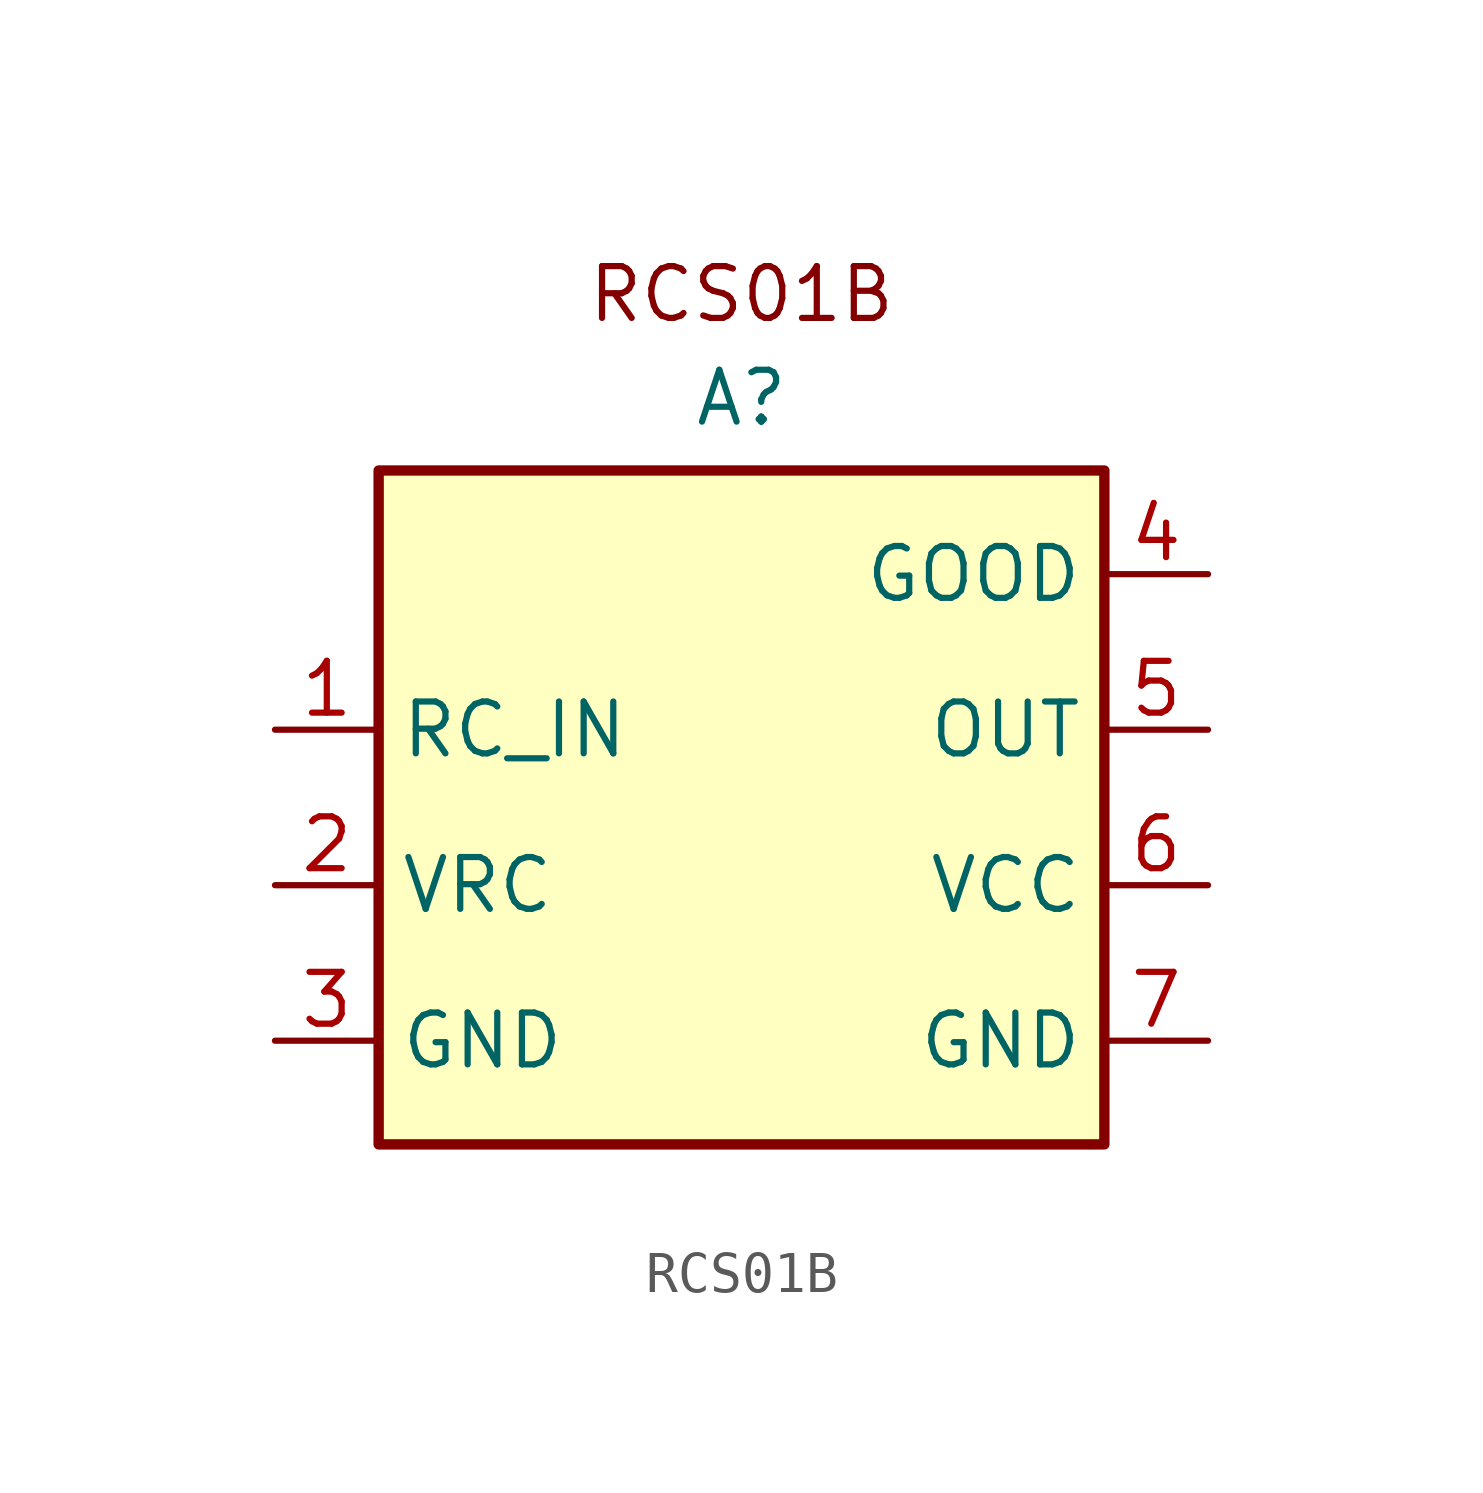
<source format=kicad_sym>
(kicad_symbol_lib
  (version 20231120)
  (generator "kicad_symbol_editor")
  (generator_version "8.0")
  (symbol "RCS01B"
    (property "Reference" "A"
      (at 0 10.668 0)
      (effects (font (size 1.27 1.27))))
    (property "Value" ""
      (at 0 11.43 0)
      (effects (font (size 1.27 1.27))))
    (symbol "RCS01B_0_1"
      (rectangle (start -8.89 8.89) (end 8.89 -7.62) (stroke (width 0.254) (type default)) (fill (type background))))
    (symbol "RCS01B_1_1"
      (text "RCS01B" (at 0 13.208 0) (effects (font (size 1.27 1.27))))
      (pin input line (at -11.43 2.54 0) (length 2.54) (name "RC_IN" (effects (font (size 1.27 1.27)))) (number "1" (effects (font (size 1.27 1.27)))))
      (pin power_in line (at -11.43 -1.27 0) (length 2.54) (name "VRC" (effects (font (size 1.27 1.27)))) (number "2" (effects (font (size 1.27 1.27)))))
      (pin power_out line (at -11.43 -5.08 0) (length 2.54) (name "GND" (effects (font (size 1.27 1.27)))) (number "3" (effects (font (size 1.27 1.27)))))
      (pin output line (at 11.43 6.35 180) (length 2.54) (name "GOOD" (effects (font (size 1.27 1.27)))) (number "4" (effects (font (size 1.27 1.27)))))
      (pin output line (at 11.43 2.54 180) (length 2.54) (name "OUT" (effects (font (size 1.27 1.27)))) (number "5" (effects (font (size 1.27 1.27)))))
      (pin power_in line (at 11.43 -1.27 180) (length 2.54) (name "VCC" (effects (font (size 1.27 1.27)))) (number "6" (effects (font (size 1.27 1.27)))))
      (pin power_out line (at 11.43 -5.08 180) (length 2.54) (name "GND" (effects (font (size 1.27 1.27)))) (number "7" (effects (font (size 1.27 1.27))))))))
</source>
